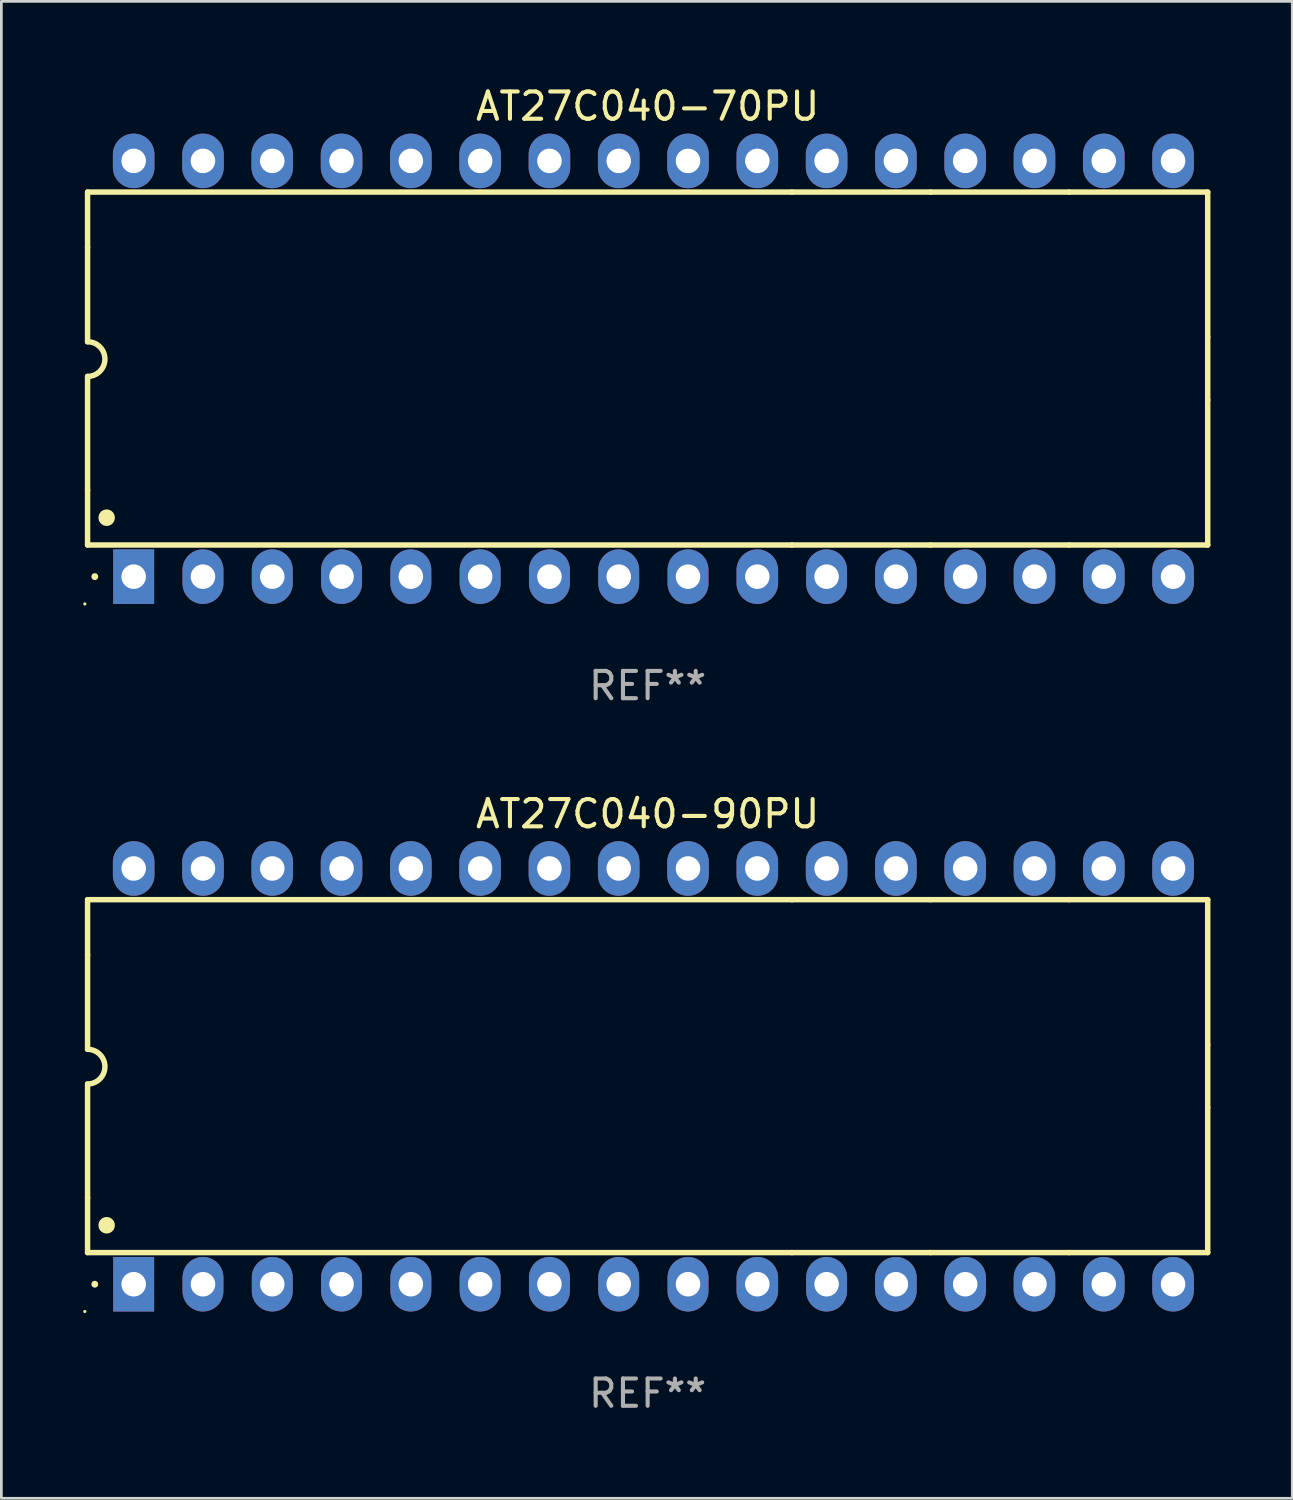
<source format=kicad_pcb>
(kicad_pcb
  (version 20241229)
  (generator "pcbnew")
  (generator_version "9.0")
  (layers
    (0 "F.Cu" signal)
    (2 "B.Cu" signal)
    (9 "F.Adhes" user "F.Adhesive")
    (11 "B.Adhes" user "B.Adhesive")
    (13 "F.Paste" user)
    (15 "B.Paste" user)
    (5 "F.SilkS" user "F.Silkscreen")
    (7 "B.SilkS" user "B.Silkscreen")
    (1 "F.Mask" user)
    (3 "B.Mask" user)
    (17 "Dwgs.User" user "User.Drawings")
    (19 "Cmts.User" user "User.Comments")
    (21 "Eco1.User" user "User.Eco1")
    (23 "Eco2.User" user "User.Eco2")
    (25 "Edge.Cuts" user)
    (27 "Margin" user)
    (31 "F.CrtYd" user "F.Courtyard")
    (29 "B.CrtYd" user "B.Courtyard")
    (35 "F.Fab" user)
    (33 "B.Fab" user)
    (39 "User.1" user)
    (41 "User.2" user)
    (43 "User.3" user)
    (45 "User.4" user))
  (footprint "AT27C040-70PU"
    (layer "F.Cu")
    (at 20.69 10.468)
    (property "Reference" "AT27C040-70PU" (at 0 -9.62 0) (layer "F.SilkS") (effects (font (size 1 1) (thickness 0.15))))
    (attr through_hole)
    (fp_line (start -20.53 -6.477) (end 5.29 -6.477) (stroke (width 0.2) (type solid)) (layer "F.SilkS"))
    (fp_line (start -20.53 -4.445) (end -20.53 -6.477) (stroke (width 0.2) (type solid)) (layer "F.SilkS"))
    (fp_line (start -20.53 -0.99) (end -20.53 -4.445) (stroke (width 0.2) (type solid)) (layer "F.SilkS"))
    (fp_line (start -20.53 4.445) (end -20.53 0.28) (stroke (width 0.2) (type solid)) (layer "F.SilkS"))
    (fp_line (start -20.53 6.46) (end -20.53 4.445) (stroke (width 0.2) (type solid)) (layer "F.SilkS"))
    (fp_line (start 5.29 -6.477) (end 10.37 -6.477) (stroke (width 0.2) (type solid)) (layer "F.SilkS"))
    (fp_line (start 5.29 6.46) (end -20.53 6.46) (stroke (width 0.2) (type solid)) (layer "F.SilkS"))
    (fp_line (start 10.37 -6.477) (end 15.45 -6.477) (stroke (width 0.2) (type solid)) (layer "F.SilkS"))
    (fp_line (start 10.37 6.46) (end 5.29 6.46) (stroke (width 0.2) (type solid)) (layer "F.SilkS"))
    (fp_line (start 15.45 -6.477) (end 20.53 -6.477) (stroke (width 0.2) (type solid)) (layer "F.SilkS"))
    (fp_line (start 15.45 6.46) (end 10.37 6.46) (stroke (width 0.2) (type solid)) (layer "F.SilkS"))
    (fp_line (start 20.53 -6.477) (end 20.53 -1.16) (stroke (width 0.2) (type solid)) (layer "F.SilkS"))
    (fp_line (start 20.53 -1.16) (end 20.53 1.143) (stroke (width 0.2) (type solid)) (layer "F.SilkS"))
    (fp_line (start 20.53 1.143) (end 20.53 6.46) (stroke (width 0.2) (type solid)) (layer "F.SilkS"))
    (fp_line (start 20.53 6.46) (end 15.45 6.46) (stroke (width 0.2) (type solid)) (layer "F.SilkS"))
    (fp_arc (start -20.529147 -0.990603) (mid -19.894145 -0.355601) (end -20.529147 0.279401) (stroke (width 0.2) (type solid)) (layer "F.SilkS"))
    (fp_arc (start -20.264986 7.620015) (mid -20.264993 7.618745) (end -20.264986 7.617475) (stroke (width 0.25) (type solid)) (layer "F.SilkS"))
    (fp_arc (start -19.830645 5.461011) (mid -19.830656 5.458471) (end -19.830645 5.455931) (stroke (width 0.6) (type solid)) (layer "F.SilkS"))
    (fp_circle (center -20.63 8.62) (end -20.6 8.62) (stroke (width 0.06) (type solid)) (fill no) (layer "F.SilkS"))
    (fp_text user "REF**" (at 0 11.62 0) (layer "F.Fab") (effects (font (size 1 1) (thickness 0.15))))
    (pad "1" thru_hole rect (at -18.84 7.62 90) (size 2 1.5) (drill 0.9) (layers "*.Cu" "*.Mask"))
    (pad "2" thru_hole oval (at -16.3 7.62 90) (size 2 1.5) (drill 0.9) (layers "*.Cu" "*.Mask"))
    (pad "3" thru_hole oval (at -13.76 7.62 90) (size 2 1.5) (drill 0.9) (layers "*.Cu" "*.Mask"))
    (pad "4" thru_hole oval (at -11.22 7.62 90) (size 2 1.5) (drill 0.9) (layers "*.Cu" "*.Mask"))
    (pad "5" thru_hole oval (at -8.68 7.62 90) (size 2 1.5) (drill 0.9) (layers "*.Cu" "*.Mask"))
    (pad "6" thru_hole oval (at -6.14 7.62 90) (size 2 1.5) (drill 0.9) (layers "*.Cu" "*.Mask"))
    (pad "7" thru_hole oval (at -3.6 7.62 90) (size 2 1.5) (drill 0.9) (layers "*.Cu" "*.Mask"))
    (pad "8" thru_hole oval (at -1.06 7.62 90) (size 2 1.5) (drill 0.9) (layers "*.Cu" "*.Mask"))
    (pad "9" thru_hole oval (at 1.48 7.62 90) (size 2 1.5) (drill 0.9) (layers "*.Cu" "*.Mask"))
    (pad "10" thru_hole oval (at 4.02 7.62 90) (size 2 1.524) (drill 0.9) (layers "*.Cu" "*.Mask"))
    (pad "11" thru_hole oval (at 6.56 7.62 90) (size 2 1.5) (drill 0.9) (layers "*.Cu" "*.Mask"))
    (pad "12" thru_hole oval (at 9.1 7.62 90) (size 2 1.524) (drill 0.9) (layers "*.Cu" "*.Mask"))
    (pad "13" thru_hole oval (at 11.64 7.62 270) (size 2 1.524) (drill 0.9) (layers "*.Cu" "*.Mask"))
    (pad "14" thru_hole oval (at 14.18 7.62 90) (size 2 1.524) (drill 0.9) (layers "*.Cu" "*.Mask"))
    (pad "15" thru_hole oval (at 16.72 7.62 270) (size 2 1.524) (drill 0.9) (layers "*.Cu" "*.Mask"))
    (pad "16" thru_hole oval (at 19.26 7.62 270) (size 2 1.524) (drill 0.9) (layers "*.Cu" "*.Mask"))
    (pad "17" thru_hole oval (at 19.26 -7.62 90) (size 2 1.524) (drill 0.9) (layers "*.Cu" "*.Mask"))
    (pad "18" thru_hole oval (at 16.72 -7.62 90) (size 2 1.524) (drill 0.9) (layers "*.Cu" "*.Mask"))
    (pad "19" thru_hole oval (at 14.18 -7.62 90) (size 2 1.524) (drill 0.9) (layers "*.Cu" "*.Mask"))
    (pad "20" thru_hole oval (at 11.64 -7.62 90) (size 2 1.524) (drill 0.9) (layers "*.Cu" "*.Mask"))
    (pad "21" thru_hole oval (at 9.1 -7.62 90) (size 2 1.524) (drill 0.9) (layers "*.Cu" "*.Mask"))
    (pad "22" thru_hole oval (at 6.56 -7.62 90) (size 2 1.524) (drill 0.9) (layers "*.Cu" "*.Mask"))
    (pad "23" thru_hole oval (at 4.02 -7.62 90) (size 2 1.524) (drill 0.9) (layers "*.Cu" "*.Mask"))
    (pad "24" thru_hole oval (at 1.48 -7.62 90) (size 2 1.524) (drill 0.9) (layers "*.Cu" "*.Mask"))
    (pad "25" thru_hole oval (at -1.06 -7.62 90) (size 2 1.524) (drill 0.9) (layers "*.Cu" "*.Mask"))
    (pad "26" thru_hole oval (at -3.6 -7.62 90) (size 2 1.524) (drill 0.9) (layers "*.Cu" "*.Mask"))
    (pad "27" thru_hole oval (at -6.14 -7.62 90) (size 2 1.524) (drill 0.9) (layers "*.Cu" "*.Mask"))
    (pad "28" thru_hole oval (at -8.68 -7.62 90) (size 2 1.524) (drill 0.9) (layers "*.Cu" "*.Mask"))
    (pad "29" thru_hole oval (at -11.22 -7.62 90) (size 2 1.524) (drill 0.9) (layers "*.Cu" "*.Mask"))
    (pad "30" thru_hole oval (at -13.76 -7.62 90) (size 2 1.524) (drill 0.9) (layers "*.Cu" "*.Mask"))
    (pad "31" thru_hole oval (at -16.3 -7.62 90) (size 2 1.524) (drill 0.9) (layers "*.Cu" "*.Mask"))
    (pad "32" thru_hole oval (at -18.84 -7.62 90) (size 2 1.524) (drill 0.9) (layers "*.Cu" "*.Mask")))
  (footprint "AT27C040-90PU"
    (layer "F.Cu")
    (at 20.69 36.405)
    (property "Reference" "AT27C040-90PU" (at 0 -9.62 0) (layer "F.SilkS") (effects (font (size 1 1) (thickness 0.15))))
    (attr through_hole)
    (fp_line (start -20.53 -6.477) (end 5.29 -6.477) (stroke (width 0.2) (type solid)) (layer "F.SilkS"))
    (fp_line (start -20.53 -4.445) (end -20.53 -6.477) (stroke (width 0.2) (type solid)) (layer "F.SilkS"))
    (fp_line (start -20.53 -0.99) (end -20.53 -4.445) (stroke (width 0.2) (type solid)) (layer "F.SilkS"))
    (fp_line (start -20.53 4.445) (end -20.53 0.28) (stroke (width 0.2) (type solid)) (layer "F.SilkS"))
    (fp_line (start -20.53 6.46) (end -20.53 4.445) (stroke (width 0.2) (type solid)) (layer "F.SilkS"))
    (fp_line (start 5.29 -6.477) (end 10.37 -6.477) (stroke (width 0.2) (type solid)) (layer "F.SilkS"))
    (fp_line (start 5.29 6.46) (end -20.53 6.46) (stroke (width 0.2) (type solid)) (layer "F.SilkS"))
    (fp_line (start 10.37 -6.477) (end 15.45 -6.477) (stroke (width 0.2) (type solid)) (layer "F.SilkS"))
    (fp_line (start 10.37 6.46) (end 5.29 6.46) (stroke (width 0.2) (type solid)) (layer "F.SilkS"))
    (fp_line (start 15.45 -6.477) (end 20.53 -6.477) (stroke (width 0.2) (type solid)) (layer "F.SilkS"))
    (fp_line (start 15.45 6.46) (end 10.37 6.46) (stroke (width 0.2) (type solid)) (layer "F.SilkS"))
    (fp_line (start 20.53 -6.477) (end 20.53 -1.16) (stroke (width 0.2) (type solid)) (layer "F.SilkS"))
    (fp_line (start 20.53 -1.16) (end 20.53 1.143) (stroke (width 0.2) (type solid)) (layer "F.SilkS"))
    (fp_line (start 20.53 1.143) (end 20.53 6.46) (stroke (width 0.2) (type solid)) (layer "F.SilkS"))
    (fp_line (start 20.53 6.46) (end 15.45 6.46) (stroke (width 0.2) (type solid)) (layer "F.SilkS"))
    (fp_arc (start -20.529147 -0.990603) (mid -19.894145 -0.355601) (end -20.529147 0.279401) (stroke (width 0.2) (type solid)) (layer "F.SilkS"))
    (fp_arc (start -20.264986 7.620015) (mid -20.264993 7.618745) (end -20.264986 7.617475) (stroke (width 0.25) (type solid)) (layer "F.SilkS"))
    (fp_arc (start -19.830645 5.461011) (mid -19.830656 5.458471) (end -19.830645 5.455931) (stroke (width 0.6) (type solid)) (layer "F.SilkS"))
    (fp_circle (center -20.63 8.62) (end -20.6 8.62) (stroke (width 0.06) (type solid)) (fill no) (layer "F.SilkS"))
    (fp_text user "REF**" (at 0 11.62 0) (layer "F.Fab") (effects (font (size 1 1) (thickness 0.15))))
    (pad "1" thru_hole rect (at -18.84 7.62 90) (size 2 1.5) (drill 0.9) (layers "*.Cu" "*.Mask"))
    (pad "2" thru_hole oval (at -16.3 7.62 90) (size 2 1.5) (drill 0.9) (layers "*.Cu" "*.Mask"))
    (pad "3" thru_hole oval (at -13.76 7.62 90) (size 2 1.5) (drill 0.9) (layers "*.Cu" "*.Mask"))
    (pad "4" thru_hole oval (at -11.22 7.62 90) (size 2 1.5) (drill 0.9) (layers "*.Cu" "*.Mask"))
    (pad "5" thru_hole oval (at -8.68 7.62 90) (size 2 1.5) (drill 0.9) (layers "*.Cu" "*.Mask"))
    (pad "6" thru_hole oval (at -6.14 7.62 90) (size 2 1.5) (drill 0.9) (layers "*.Cu" "*.Mask"))
    (pad "7" thru_hole oval (at -3.6 7.62 90) (size 2 1.5) (drill 0.9) (layers "*.Cu" "*.Mask"))
    (pad "8" thru_hole oval (at -1.06 7.62 90) (size 2 1.5) (drill 0.9) (layers "*.Cu" "*.Mask"))
    (pad "9" thru_hole oval (at 1.48 7.62 90) (size 2 1.5) (drill 0.9) (layers "*.Cu" "*.Mask"))
    (pad "10" thru_hole oval (at 4.02 7.62 90) (size 2 1.524) (drill 0.9) (layers "*.Cu" "*.Mask"))
    (pad "11" thru_hole oval (at 6.56 7.62 90) (size 2 1.5) (drill 0.9) (layers "*.Cu" "*.Mask"))
    (pad "12" thru_hole oval (at 9.1 7.62 90) (size 2 1.524) (drill 0.9) (layers "*.Cu" "*.Mask"))
    (pad "13" thru_hole oval (at 11.64 7.62 270) (size 2 1.524) (drill 0.9) (layers "*.Cu" "*.Mask"))
    (pad "14" thru_hole oval (at 14.18 7.62 90) (size 2 1.524) (drill 0.9) (layers "*.Cu" "*.Mask"))
    (pad "15" thru_hole oval (at 16.72 7.62 270) (size 2 1.524) (drill 0.9) (layers "*.Cu" "*.Mask"))
    (pad "16" thru_hole oval (at 19.26 7.62 270) (size 2 1.524) (drill 0.9) (layers "*.Cu" "*.Mask"))
    (pad "17" thru_hole oval (at 19.26 -7.62 90) (size 2 1.524) (drill 0.9) (layers "*.Cu" "*.Mask"))
    (pad "18" thru_hole oval (at 16.72 -7.62 90) (size 2 1.524) (drill 0.9) (layers "*.Cu" "*.Mask"))
    (pad "19" thru_hole oval (at 14.18 -7.62 90) (size 2 1.524) (drill 0.9) (layers "*.Cu" "*.Mask"))
    (pad "20" thru_hole oval (at 11.64 -7.62 90) (size 2 1.524) (drill 0.9) (layers "*.Cu" "*.Mask"))
    (pad "21" thru_hole oval (at 9.1 -7.62 90) (size 2 1.524) (drill 0.9) (layers "*.Cu" "*.Mask"))
    (pad "22" thru_hole oval (at 6.56 -7.62 90) (size 2 1.524) (drill 0.9) (layers "*.Cu" "*.Mask"))
    (pad "23" thru_hole oval (at 4.02 -7.62 90) (size 2 1.524) (drill 0.9) (layers "*.Cu" "*.Mask"))
    (pad "24" thru_hole oval (at 1.48 -7.62 90) (size 2 1.524) (drill 0.9) (layers "*.Cu" "*.Mask"))
    (pad "25" thru_hole oval (at -1.06 -7.62 90) (size 2 1.524) (drill 0.9) (layers "*.Cu" "*.Mask"))
    (pad "26" thru_hole oval (at -3.6 -7.62 90) (size 2 1.524) (drill 0.9) (layers "*.Cu" "*.Mask"))
    (pad "27" thru_hole oval (at -6.14 -7.62 90) (size 2 1.524) (drill 0.9) (layers "*.Cu" "*.Mask"))
    (pad "28" thru_hole oval (at -8.68 -7.62 90) (size 2 1.524) (drill 0.9) (layers "*.Cu" "*.Mask"))
    (pad "29" thru_hole oval (at -11.22 -7.62 90) (size 2 1.524) (drill 0.9) (layers "*.Cu" "*.Mask"))
    (pad "30" thru_hole oval (at -13.76 -7.62 90) (size 2 1.524) (drill 0.9) (layers "*.Cu" "*.Mask"))
    (pad "31" thru_hole oval (at -16.3 -7.62 90) (size 2 1.524) (drill 0.9) (layers "*.Cu" "*.Mask"))
    (pad "32" thru_hole oval (at -18.84 -7.62 90) (size 2 1.524) (drill 0.9) (layers "*.Cu" "*.Mask")))
  (gr_rect
    (start -3 -3)
    (end 44.32 51.873)
    (stroke (width 0.1) (type default))
    (fill no)
    (layer "Edge.Cuts")))
</source>
